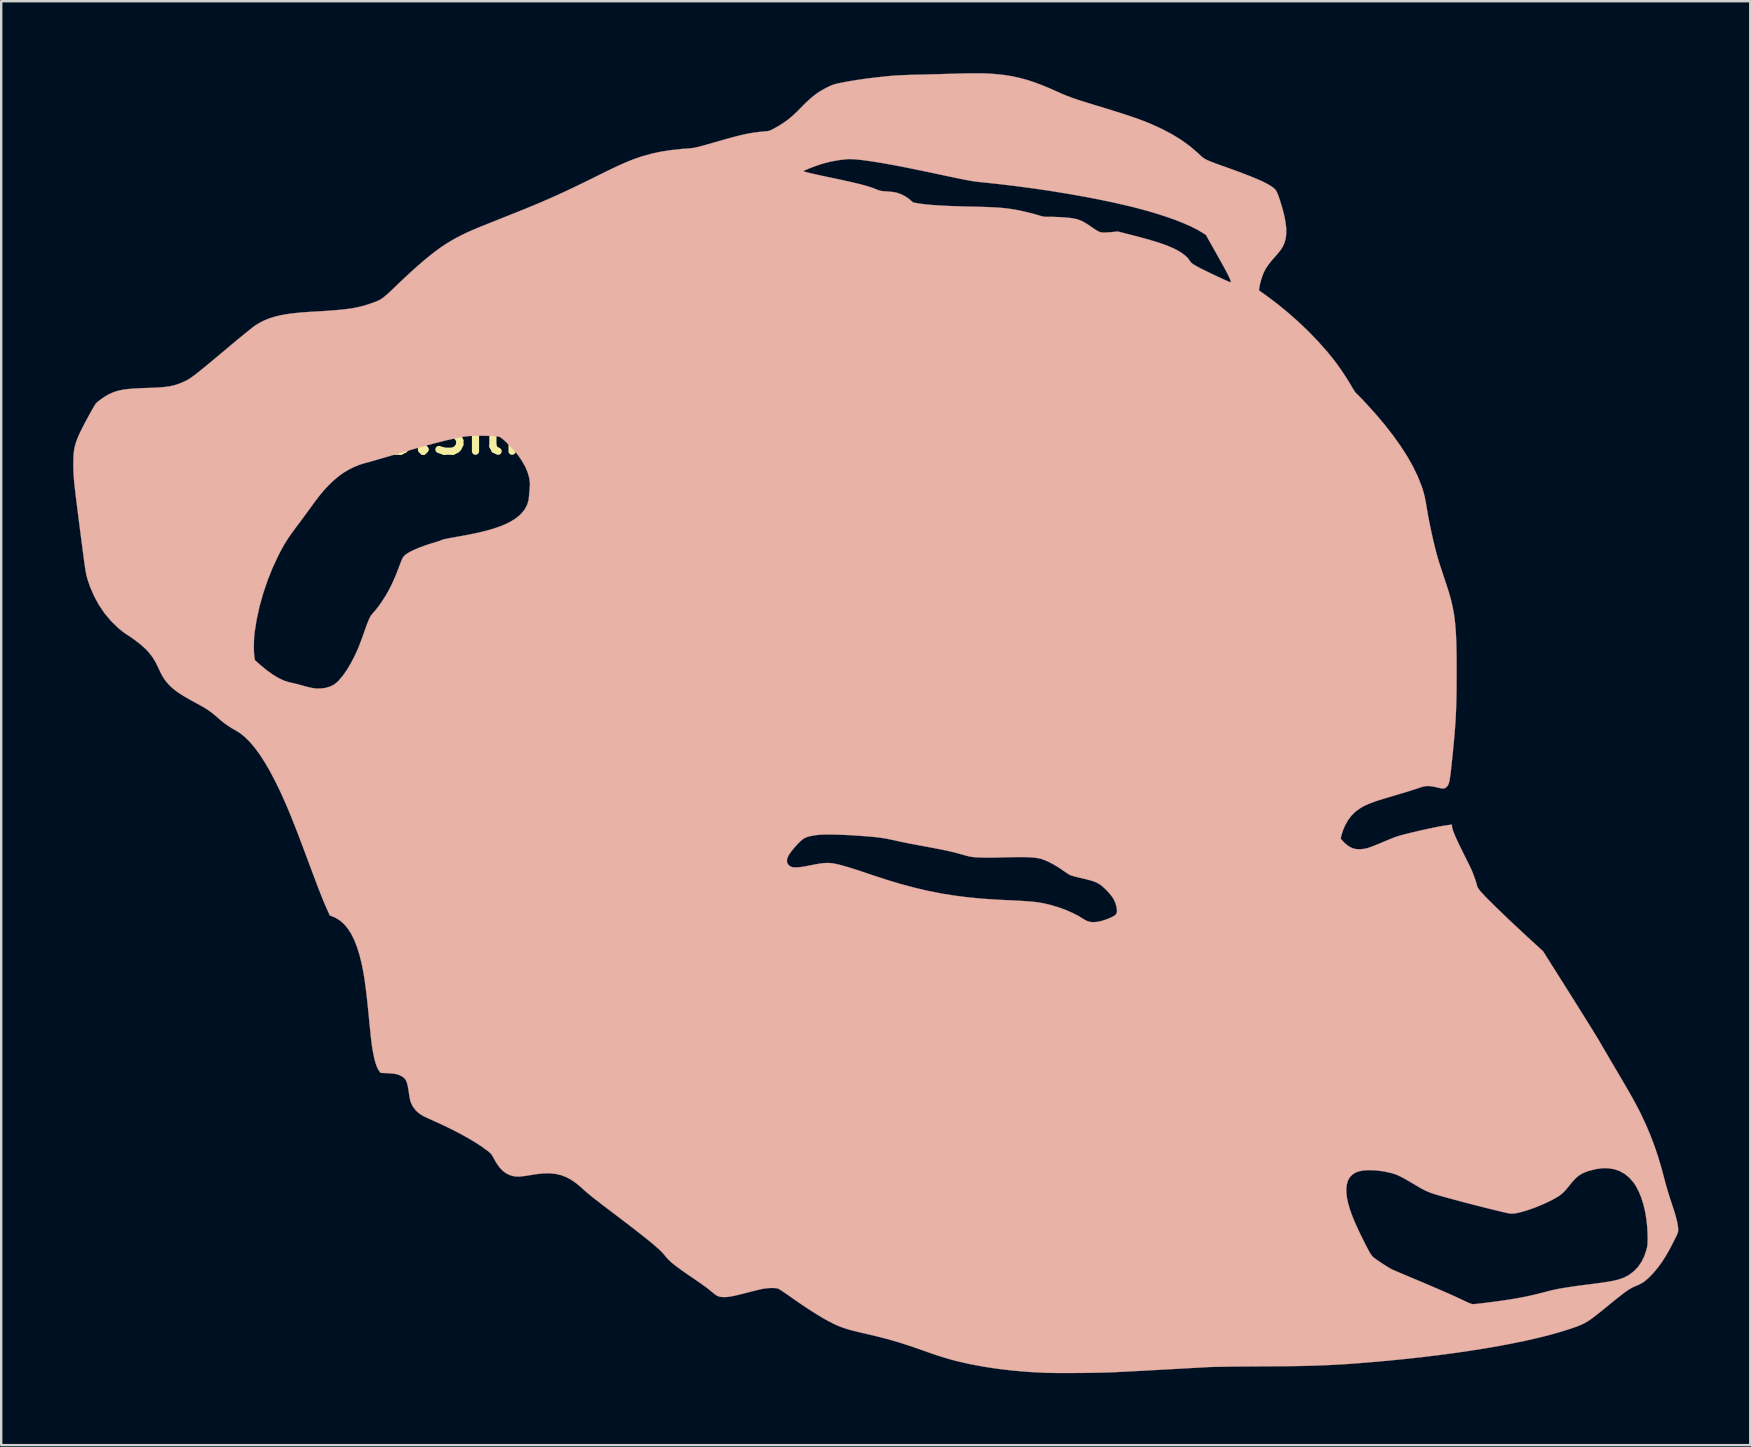
<source format=kicad_pcb>
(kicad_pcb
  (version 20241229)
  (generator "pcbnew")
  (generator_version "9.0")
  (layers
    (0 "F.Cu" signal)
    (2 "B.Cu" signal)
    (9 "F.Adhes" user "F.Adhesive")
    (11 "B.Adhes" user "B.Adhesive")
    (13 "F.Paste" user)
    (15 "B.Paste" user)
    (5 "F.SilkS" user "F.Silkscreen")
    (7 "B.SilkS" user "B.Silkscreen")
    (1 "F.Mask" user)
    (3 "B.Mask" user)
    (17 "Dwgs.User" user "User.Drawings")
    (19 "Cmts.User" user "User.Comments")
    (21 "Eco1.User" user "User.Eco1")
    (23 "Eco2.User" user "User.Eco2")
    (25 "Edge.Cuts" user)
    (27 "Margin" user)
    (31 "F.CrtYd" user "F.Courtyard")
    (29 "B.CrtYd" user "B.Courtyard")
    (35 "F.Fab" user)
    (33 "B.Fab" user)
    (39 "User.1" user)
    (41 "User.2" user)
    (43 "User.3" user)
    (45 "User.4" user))
  (footprint "B.SilkS_layer1"
    (layer "F.Cu")
    (at 20.758 15.066)
    (property "Reference" "B.SilkS_layer1" (at 0 0 0) (layer "F.SilkS") (effects (font (size 1.524 1.524) (thickness 0.3))))
    (attr through_hole)
    (fp_poly (pts (xy 17.368 -15.05) (xy 17.718 -15.026) (xy 18.049 -14.989) (xy 18.367 -14.938) (xy 18.677 -14.871) (xy 18.985 -14.788) (xy 19.297 -14.687) (xy 19.618 -14.567) (xy 19.954 -14.428) (xy 20.256 -14.292) (xy 20.39 -14.233) (xy 20.519 -14.177) (xy 20.651 -14.124) (xy 20.79 -14.071) (xy 20.94 -14.017) (xy 21.109 -13.96) (xy 21.3 -13.898) (xy 21.518 -13.829) (xy 21.77 -13.752) (xy 21.918 -13.707) (xy 22.258 -13.603) (xy 22.561 -13.51) (xy 22.831 -13.425) (xy 23.072 -13.347) (xy 23.289 -13.275) (xy 23.485 -13.208) (xy 23.664 -13.144) (xy 23.831 -13.081) (xy 23.989 -13.019) (xy 24.143 -12.956) (xy 24.179 -12.941) (xy 24.634 -12.733) (xy 25.051 -12.512) (xy 25.432 -12.276) (xy 25.78 -12.024) (xy 26.096 -11.754) (xy 26.145 -11.707) (xy 26.209 -11.647) (xy 26.265 -11.596) (xy 26.318 -11.553) (xy 26.374 -11.513) (xy 26.437 -11.477) (xy 26.511 -11.44) (xy 26.602 -11.4) (xy 26.714 -11.356) (xy 26.852 -11.304) (xy 27.021 -11.243) (xy 27.21 -11.176) (xy 27.539 -11.057) (xy 27.831 -10.95) (xy 28.088 -10.853) (xy 28.314 -10.765) (xy 28.511 -10.684) (xy 28.682 -10.611) (xy 28.831 -10.542) (xy 28.96 -10.477) (xy 29.071 -10.415) (xy 29.169 -10.354) (xy 29.224 -10.316) (xy 29.283 -10.272) (xy 29.331 -10.226) (xy 29.372 -10.172) (xy 29.41 -10.104) (xy 29.449 -10.015) (xy 29.491 -9.898) (xy 29.541 -9.748) (xy 29.545 -9.735) (xy 29.645 -9.404) (xy 29.72 -9.106) (xy 29.77 -8.836) (xy 29.796 -8.593) (xy 29.797 -8.374) (xy 29.773 -8.177) (xy 29.724 -7.998) (xy 29.652 -7.836) (xy 29.602 -7.754) (xy 29.555 -7.688) (xy 29.489 -7.604) (xy 29.415 -7.516) (xy 29.374 -7.469) (xy 29.239 -7.316) (xy 29.131 -7.185) (xy 29.044 -7.071) (xy 28.973 -6.968) (xy 28.914 -6.868) (xy 28.881 -6.805) (xy 28.815 -6.652) (xy 28.755 -6.475) (xy 28.707 -6.292) (xy 28.675 -6.122) (xy 28.674 -6.113) (xy 28.661 -6.013) (xy 28.951 -5.806) (xy 29.41 -5.463) (xy 29.863 -5.093) (xy 30.305 -4.702) (xy 30.729 -4.297) (xy 31.129 -3.882) (xy 31.499 -3.465) (xy 31.762 -3.141) (xy 31.908 -2.948) (xy 32.062 -2.732) (xy 32.215 -2.505) (xy 32.359 -2.282) (xy 32.485 -2.074) (xy 32.513 -2.025) (xy 32.571 -1.926) (xy 32.626 -1.839) (xy 32.672 -1.771) (xy 32.705 -1.73) (xy 32.713 -1.723) (xy 32.74 -1.7) (xy 32.791 -1.65) (xy 32.861 -1.578) (xy 32.947 -1.49) (xy 33.043 -1.389) (xy 33.11 -1.318) (xy 33.529 -0.854) (xy 33.913 -0.399) (xy 34.259 0.047) (xy 34.568 0.482) (xy 34.84 0.905) (xy 35.073 1.317) (xy 35.268 1.717) (xy 35.423 2.103) (xy 35.474 2.253) (xy 35.508 2.364) (xy 35.537 2.469) (xy 35.564 2.579) (xy 35.59 2.7) (xy 35.617 2.844) (xy 35.647 3.018) (xy 35.655 3.069) (xy 35.71 3.384) (xy 35.773 3.709) (xy 35.841 4.036) (xy 35.912 4.356) (xy 35.985 4.661) (xy 36.057 4.943) (xy 36.128 5.193) (xy 36.144 5.249) (xy 36.17 5.331) (xy 36.207 5.446) (xy 36.253 5.586) (xy 36.305 5.744) (xy 36.361 5.913) (xy 36.418 6.086) (xy 36.439 6.149) (xy 36.515 6.381) (xy 36.583 6.599) (xy 36.642 6.807) (xy 36.694 7.009) (xy 36.738 7.209) (xy 36.776 7.412) (xy 36.808 7.621) (xy 36.833 7.841) (xy 36.854 8.076) (xy 36.87 8.329) (xy 36.882 8.605) (xy 36.89 8.908) (xy 36.895 9.242) (xy 36.897 9.611) (xy 36.897 9.907) (xy 36.896 10.276) (xy 36.894 10.61) (xy 36.89 10.916) (xy 36.883 11.201) (xy 36.874 11.471) (xy 36.862 11.734) (xy 36.847 11.997) (xy 36.828 12.266) (xy 36.805 12.549) (xy 36.778 12.851) (xy 36.746 13.181) (xy 36.709 13.545) (xy 36.702 13.61) (xy 36.678 13.838) (xy 36.657 14.027) (xy 36.638 14.182) (xy 36.62 14.308) (xy 36.603 14.408) (xy 36.585 14.486) (xy 36.566 14.547) (xy 36.545 14.594) (xy 36.521 14.633) (xy 36.494 14.666) (xy 36.493 14.667) (xy 36.447 14.709) (xy 36.399 14.735) (xy 36.341 14.745) (xy 36.264 14.739) (xy 36.161 14.718) (xy 36.082 14.699) (xy 35.891 14.658) (xy 35.728 14.641) (xy 35.583 14.648) (xy 35.451 14.678) (xy 35.422 14.688) (xy 35.298 14.732) (xy 35.141 14.784) (xy 34.95 14.844) (xy 34.724 14.913) (xy 34.46 14.992) (xy 34.158 15.082) (xy 34.11 15.096) (xy 33.85 15.173) (xy 33.627 15.243) (xy 33.435 15.309) (xy 33.27 15.371) (xy 33.128 15.432) (xy 33.003 15.494) (xy 32.891 15.56) (xy 32.787 15.631) (xy 32.686 15.709) (xy 32.664 15.727) (xy 32.51 15.88) (xy 32.37 16.066) (xy 32.251 16.276) (xy 32.156 16.502) (xy 32.109 16.654) (xy 32.064 16.83) (xy 32.144 16.927) (xy 32.238 17.025) (xy 32.352 17.117) (xy 32.472 17.193) (xy 32.581 17.242) (xy 32.716 17.271) (xy 32.874 17.277) (xy 33.041 17.261) (xy 33.171 17.233) (xy 33.241 17.211) (xy 33.34 17.175) (xy 33.46 17.129) (xy 33.593 17.076) (xy 33.73 17.02) (xy 33.757 17.008) (xy 33.892 16.951) (xy 34.024 16.896) (xy 34.144 16.847) (xy 34.244 16.806) (xy 34.315 16.778) (xy 34.326 16.774) (xy 34.423 16.741) (xy 34.555 16.702) (xy 34.717 16.659) (xy 34.902 16.612) (xy 35.103 16.563) (xy 35.316 16.513) (xy 35.533 16.464) (xy 35.748 16.417) (xy 35.955 16.374) (xy 36.149 16.336) (xy 36.322 16.304) (xy 36.468 16.28) (xy 36.571 16.266) (xy 36.703 16.252) (xy 36.703 16.309) (xy 36.714 16.388) (xy 36.748 16.502) (xy 36.805 16.651) (xy 36.884 16.835) (xy 36.986 17.054) (xy 37.111 17.309) (xy 37.137 17.36) (xy 37.216 17.518) (xy 37.294 17.673) (xy 37.365 17.819) (xy 37.429 17.949) (xy 37.48 18.056) (xy 37.517 18.135) (xy 37.526 18.155) (xy 37.571 18.264) (xy 37.619 18.39) (xy 37.665 18.52) (xy 37.705 18.643) (xy 37.736 18.747) (xy 37.75 18.809) (xy 37.77 18.856) (xy 37.81 18.922) (xy 37.863 18.995) (xy 37.878 19.014) (xy 37.949 19.095) (xy 38.049 19.202) (xy 38.175 19.332) (xy 38.326 19.483) (xy 38.498 19.653) (xy 38.689 19.839) (xy 38.897 20.039) (xy 39.12 20.251) (xy 39.354 20.472) (xy 39.597 20.699) (xy 39.848 20.931) (xy 40.079 21.143) (xy 40.502 21.531) (xy 41.579 23.238) (xy 41.738 23.491) (xy 41.896 23.742) (xy 42.048 23.985) (xy 42.194 24.219) (xy 42.332 24.44) (xy 42.459 24.645) (xy 42.573 24.83) (xy 42.673 24.992) (xy 42.756 25.129) (xy 42.821 25.236) (xy 42.865 25.311) (xy 42.868 25.315) (xy 42.926 25.416) (xy 43.002 25.547) (xy 43.093 25.702) (xy 43.194 25.874) (xy 43.301 26.057) (xy 43.412 26.245) (xy 43.522 26.432) (xy 43.556 26.489) (xy 43.721 26.769) (xy 43.866 27.016) (xy 43.994 27.236) (xy 44.106 27.431) (xy 44.205 27.607) (xy 44.293 27.766) (xy 44.373 27.914) (xy 44.447 28.053) (xy 44.516 28.189) (xy 44.584 28.324) (xy 44.587 28.332) (xy 44.787 28.756) (xy 44.967 29.182) (xy 45.133 29.616) (xy 45.286 30.068) (xy 45.429 30.546) (xy 45.561 31.041) (xy 45.604 31.203) (xy 45.658 31.391) (xy 45.716 31.588) (xy 45.776 31.78) (xy 45.832 31.952) (xy 45.836 31.962) (xy 45.924 32.23) (xy 45.997 32.462) (xy 46.052 32.66) (xy 46.093 32.827) (xy 46.118 32.965) (xy 46.129 33.076) (xy 46.13 33.094) (xy 46.13 33.145) (xy 46.128 33.189) (xy 46.12 33.231) (xy 46.105 33.28) (xy 46.08 33.342) (xy 46.042 33.423) (xy 45.99 33.529) (xy 45.938 33.634) (xy 45.769 33.958) (xy 45.604 34.245) (xy 45.437 34.502) (xy 45.267 34.733) (xy 45.089 34.944) (xy 45.023 35.015) (xy 44.885 35.153) (xy 44.76 35.261) (xy 44.637 35.347) (xy 44.508 35.416) (xy 44.399 35.464) (xy 44.321 35.495) (xy 44.247 35.53) (xy 44.172 35.569) (xy 44.093 35.616) (xy 44.006 35.673) (xy 43.907 35.743) (xy 43.794 35.828) (xy 43.661 35.932) (xy 43.506 36.055) (xy 43.325 36.202) (xy 43.191 36.312) (xy 42.994 36.472) (xy 42.826 36.608) (xy 42.68 36.722) (xy 42.553 36.818) (xy 42.439 36.899) (xy 42.334 36.966) (xy 42.233 37.024) (xy 42.131 37.075) (xy 42.023 37.122) (xy 41.906 37.168) (xy 41.773 37.215) (xy 41.62 37.267) (xy 41.603 37.272) (xy 41.209 37.396) (xy 40.775 37.518) (xy 40.303 37.637) (xy 39.796 37.753) (xy 39.254 37.865) (xy 38.682 37.974) (xy 38.079 38.079) (xy 37.45 38.178) (xy 36.796 38.273) (xy 36.119 38.363) (xy 35.421 38.447) (xy 34.704 38.525) (xy 33.972 38.597) (xy 33.74 38.618) (xy 33.366 38.65) (xy 33.017 38.679) (xy 32.687 38.705) (xy 32.372 38.728) (xy 32.066 38.747) (xy 31.765 38.764) (xy 31.463 38.779) (xy 31.157 38.791) (xy 30.84 38.801) (xy 30.508 38.81) (xy 30.157 38.816) (xy 29.781 38.821) (xy 29.376 38.825) (xy 28.937 38.828) (xy 28.639 38.829) (xy 28.362 38.831) (xy 28.089 38.833) (xy 27.823 38.835) (xy 27.568 38.838) (xy 27.329 38.841) (xy 27.111 38.844) (xy 26.917 38.848) (xy 26.752 38.852) (xy 26.62 38.855) (xy 26.526 38.859) (xy 26.522 38.86) (xy 26.404 38.866) (xy 26.252 38.875) (xy 26.072 38.885) (xy 25.872 38.896) (xy 25.658 38.908) (xy 25.439 38.92) (xy 25.22 38.932) (xy 25.146 38.936) (xy 24.767 38.957) (xy 24.427 38.976) (xy 24.122 38.993) (xy 23.849 39.008) (xy 23.605 39.021) (xy 23.386 39.033) (xy 23.189 39.043) (xy 23.009 39.052) (xy 22.845 39.06) (xy 22.691 39.068) (xy 22.564 39.074) (xy 22.381 39.081) (xy 22.168 39.087) (xy 21.931 39.092) (xy 21.676 39.097) (xy 21.41 39.101) (xy 21.139 39.103) (xy 20.869 39.105) (xy 20.606 39.105) (xy 20.358 39.105) (xy 20.129 39.103) (xy 19.928 39.1) (xy 19.76 39.096) (xy 19.696 39.094) (xy 19.037 39.057) (xy 18.394 39.002) (xy 17.773 38.929) (xy 17.177 38.839) (xy 16.61 38.733) (xy 16.077 38.611) (xy 15.863 38.555) (xy 15.714 38.513) (xy 15.571 38.471) (xy 15.427 38.427) (xy 15.274 38.377) (xy 15.104 38.321) (xy 14.912 38.254) (xy 14.689 38.176) (xy 14.637 38.157) (xy 14.297 38.039) (xy 13.985 37.934) (xy 13.691 37.84) (xy 13.403 37.755) (xy 13.113 37.674) (xy 12.808 37.595) (xy 12.48 37.516) (xy 12.219 37.455) (xy 11.977 37.399) (xy 11.77 37.348) (xy 11.591 37.3) (xy 11.435 37.253) (xy 11.295 37.206) (xy 11.164 37.156) (xy 11.037 37.101) (xy 10.905 37.039) (xy 10.89 37.031) (xy 10.685 36.925) (xy 10.463 36.8) (xy 10.221 36.654) (xy 9.958 36.487) (xy 9.669 36.297) (xy 9.354 36.081) (xy 9.056 35.872) (xy 8.942 35.793) (xy 8.835 35.72) (xy 8.742 35.659) (xy 8.669 35.614) (xy 8.622 35.587) (xy 8.614 35.584) (xy 8.539 35.569) (xy 8.433 35.561) (xy 8.308 35.562) (xy 8.173 35.57) (xy 8.041 35.586) (xy 7.956 35.601) (xy 7.873 35.619) (xy 7.76 35.646) (xy 7.626 35.679) (xy 7.48 35.715) (xy 7.334 35.753) (xy 7.313 35.758) (xy 7.098 35.814) (xy 6.919 35.858) (xy 6.769 35.891) (xy 6.643 35.915) (xy 6.537 35.931) (xy 6.444 35.939) (xy 6.374 35.941) (xy 6.239 35.934) (xy 6.133 35.91) (xy 6.043 35.866) (xy 5.992 35.829) (xy 5.939 35.786) (xy 5.865 35.726) (xy 5.782 35.658) (xy 5.732 35.618) (xy 5.67 35.569) (xy 5.578 35.502) (xy 5.464 35.419) (xy 5.332 35.327) (xy 5.19 35.228) (xy 5.043 35.127) (xy 4.994 35.094) (xy 4.765 34.938) (xy 4.57 34.8) (xy 4.405 34.679) (xy 4.266 34.571) (xy 4.15 34.473) (xy 4.054 34.383) (xy 3.974 34.298) (xy 3.916 34.227) (xy 3.863 34.162) (xy 3.799 34.091) (xy 3.722 34.013) (xy 3.631 33.927) (xy 3.523 33.831) (xy 3.397 33.723) (xy 3.25 33.601) (xy 3.08 33.464) (xy 2.886 33.311) (xy 2.665 33.139) (xy 2.415 32.946) (xy 2.135 32.732) (xy 1.873 32.533) (xy 1.644 32.359) (xy 1.445 32.208) (xy 1.273 32.077) (xy 1.126 31.963) (xy 1 31.865) (xy 0.891 31.78) (xy 0.797 31.704) (xy 0.715 31.636) (xy 0.64 31.574) (xy 0.571 31.513) (xy 0.535 31.481) (xy 32.3 31.481) (xy 32.308 31.65) (xy 32.333 31.831) (xy 32.375 32.027) (xy 32.435 32.239) (xy 32.515 32.471) (xy 32.615 32.725) (xy 32.737 33.004) (xy 32.881 33.311) (xy 33.048 33.649) (xy 33.126 33.801) (xy 33.199 33.941) (xy 33.258 34.049) (xy 33.307 34.131) (xy 33.349 34.193) (xy 33.388 34.241) (xy 33.428 34.281) (xy 33.431 34.284) (xy 33.481 34.323) (xy 33.559 34.38) (xy 33.658 34.448) (xy 33.77 34.523) (xy 33.888 34.599) (xy 34.002 34.672) (xy 34.107 34.735) (xy 34.169 34.772) (xy 34.198 34.785) (xy 34.261 34.813) (xy 34.356 34.854) (xy 34.477 34.906) (xy 34.62 34.967) (xy 34.782 35.035) (xy 34.958 35.109) (xy 35.101 35.169) (xy 35.481 35.329) (xy 35.834 35.479) (xy 36.158 35.619) (xy 36.451 35.746) (xy 36.711 35.862) (xy 36.936 35.964) (xy 37.125 36.052) (xy 37.243 36.109) (xy 37.376 36.171) (xy 37.482 36.213) (xy 37.557 36.234) (xy 37.576 36.236) (xy 37.619 36.234) (xy 37.697 36.227) (xy 37.803 36.216) (xy 37.93 36.201) (xy 38.071 36.185) (xy 38.155 36.174) (xy 38.497 36.13) (xy 38.803 36.088) (xy 39.081 36.046) (xy 39.337 36.005) (xy 39.578 35.961) (xy 39.811 35.915) (xy 40.043 35.864) (xy 40.281 35.807) (xy 40.531 35.744) (xy 40.735 35.69) (xy 40.873 35.656) (xy 41.021 35.623) (xy 41.186 35.59) (xy 41.372 35.558) (xy 41.582 35.525) (xy 41.822 35.49) (xy 42.096 35.453) (xy 42.333 35.422) (xy 42.574 35.392) (xy 42.779 35.365) (xy 42.951 35.341) (xy 43.097 35.32) (xy 43.221 35.3) (xy 43.33 35.281) (xy 43.427 35.262) (xy 43.518 35.242) (xy 43.609 35.22) (xy 43.614 35.219) (xy 43.86 35.136) (xy 44.083 35.019) (xy 44.283 34.867) (xy 44.458 34.684) (xy 44.605 34.47) (xy 44.724 34.228) (xy 44.812 33.962) (xy 44.832 33.882) (xy 44.845 33.81) (xy 44.854 33.734) (xy 44.858 33.644) (xy 44.86 33.529) (xy 44.86 33.422) (xy 44.846 33.067) (xy 44.811 32.722) (xy 44.756 32.39) (xy 44.682 32.077) (xy 44.591 31.788) (xy 44.482 31.525) (xy 44.359 31.296) (xy 44.263 31.155) (xy 44.093 30.963) (xy 43.904 30.808) (xy 43.697 30.691) (xy 43.473 30.613) (xy 43.231 30.572) (xy 42.972 30.57) (xy 42.697 30.607) (xy 42.407 30.682) (xy 42.378 30.691) (xy 42.227 30.746) (xy 42.097 30.809) (xy 41.98 30.886) (xy 41.866 30.983) (xy 41.75 31.105) (xy 41.622 31.258) (xy 41.514 31.392) (xy 41.422 31.498) (xy 41.341 31.583) (xy 41.264 31.652) (xy 41.183 31.713) (xy 41.091 31.771) (xy 41.069 31.785) (xy 40.876 31.892) (xy 40.663 31.997) (xy 40.438 32.098) (xy 40.208 32.192) (xy 39.979 32.276) (xy 39.76 32.348) (xy 39.557 32.405) (xy 39.377 32.445) (xy 39.264 32.46) (xy 39.228 32.463) (xy 39.191 32.463) (xy 39.148 32.46) (xy 39.095 32.453) (xy 39.027 32.441) (xy 38.942 32.423) (xy 38.834 32.398) (xy 38.699 32.366) (xy 38.534 32.326) (xy 38.334 32.276) (xy 38.225 32.249) (xy 37.939 32.178) (xy 37.655 32.105) (xy 37.376 32.033) (xy 37.107 31.963) (xy 36.853 31.895) (xy 36.617 31.831) (xy 36.403 31.773) (xy 36.216 31.72) (xy 36.06 31.674) (xy 35.939 31.637) (xy 35.899 31.624) (xy 35.795 31.587) (xy 35.693 31.546) (xy 35.588 31.498) (xy 35.473 31.439) (xy 35.342 31.366) (xy 35.187 31.276) (xy 35.034 31.184) (xy 34.85 31.075) (xy 34.695 30.988) (xy 34.561 30.918) (xy 34.441 30.862) (xy 34.328 30.819) (xy 34.216 30.783) (xy 34.149 30.765) (xy 33.901 30.71) (xy 33.656 30.673) (xy 33.421 30.653) (xy 33.202 30.651) (xy 33.003 30.666) (xy 32.831 30.699) (xy 32.691 30.75) (xy 32.683 30.754) (xy 32.545 30.844) (xy 32.438 30.957) (xy 32.363 31.096) (xy 32.317 31.262) (xy 32.3 31.458) (xy 32.3 31.481) (xy 0.535 31.481) (xy 0.504 31.453) (xy 0.445 31.399) (xy 0.225 31.211) (xy 0.01 31.059) (xy -0.206 30.942) (xy -0.428 30.858) (xy -0.66 30.805) (xy -0.909 30.782) (xy -1.18 30.787) (xy -1.478 30.82) (xy -1.592 30.838) (xy -1.78 30.869) (xy -1.933 30.893) (xy -2.056 30.908) (xy -2.157 30.917) (xy -2.241 30.918) (xy -2.315 30.914) (xy -2.384 30.905) (xy -2.392 30.904) (xy -2.565 30.856) (xy -2.723 30.777) (xy -2.868 30.666) (xy -3.003 30.519) (xy -3.131 30.334) (xy -3.227 30.162) (xy -3.278 30.067) (xy -3.324 29.998) (xy -3.375 29.94) (xy -3.443 29.881) (xy -3.477 29.854) (xy -3.701 29.689) (xy -3.963 29.517) (xy -4.259 29.339) (xy -4.585 29.156) (xy -4.939 28.972) (xy -5.317 28.787) (xy -5.689 28.616) (xy -5.813 28.56) (xy -5.936 28.504) (xy -6.047 28.452) (xy -6.137 28.41) (xy -6.174 28.392) (xy -6.342 28.287) (xy -6.488 28.152) (xy -6.605 27.994) (xy -6.688 27.82) (xy -6.709 27.754) (xy -6.721 27.699) (xy -6.737 27.613) (xy -6.755 27.507) (xy -6.772 27.394) (xy -6.773 27.384) (xy -6.801 27.211) (xy -6.831 27.075) (xy -6.864 26.968) (xy -6.905 26.886) (xy -6.955 26.821) (xy -7.018 26.769) (xy -7.061 26.742) (xy -7.148 26.696) (xy -7.238 26.663) (xy -7.34 26.639) (xy -7.464 26.622) (xy -7.62 26.611) (xy -7.651 26.61) (xy -7.946 26.596) (xy -8.015 26.505) (xy -8.073 26.408) (xy -8.128 26.272) (xy -8.182 26.099) (xy -8.231 25.893) (xy -8.276 25.658) (xy -8.317 25.395) (xy -8.328 25.305) (xy -8.338 25.219) (xy -8.352 25.098) (xy -8.367 24.951) (xy -8.384 24.785) (xy -8.402 24.608) (xy -8.419 24.428) (xy -8.425 24.373) (xy -8.465 23.964) (xy -8.503 23.595) (xy -8.541 23.266) (xy -8.577 22.976) (xy -8.612 22.723) (xy -8.646 22.507) (xy -8.648 22.49) (xy -8.729 22.073) (xy -8.821 21.697) (xy -8.925 21.361) (xy -9.042 21.063) (xy -9.17 20.803) (xy -9.312 20.582) (xy -9.467 20.397) (xy -9.636 20.249) (xy -9.819 20.136) (xy -9.914 20.093) (xy -10.06 20.036) (xy -10.144 19.855) (xy -10.19 19.754) (xy -10.236 19.648) (xy -10.285 19.536) (xy -10.336 19.414) (xy -10.391 19.278) (xy -10.451 19.126) (xy -10.518 18.955) (xy -10.593 18.76) (xy -10.676 18.54) (xy -10.77 18.292) (xy -10.875 18.011) (xy -10.984 17.72) (xy 8.989 17.72) (xy 8.992 17.811) (xy 9.011 17.864) (xy 9.054 17.93) (xy 9.109 17.979) (xy 9.181 18.013) (xy 9.273 18.031) (xy 9.389 18.035) (xy 9.533 18.023) (xy 9.709 17.998) (xy 9.92 17.958) (xy 9.97 17.948) (xy 10.181 17.906) (xy 10.358 17.876) (xy 10.511 17.857) (xy 10.645 17.849) (xy 10.768 17.851) (xy 10.888 17.864) (xy 11.012 17.886) (xy 11.056 17.896) (xy 11.166 17.921) (xy 11.279 17.95) (xy 11.4 17.984) (xy 11.533 18.023) (xy 11.683 18.069) (xy 11.855 18.123) (xy 12.052 18.188) (xy 12.28 18.264) (xy 12.543 18.353) (xy 12.555 18.357) (xy 13.167 18.557) (xy 13.753 18.733) (xy 14.321 18.884) (xy 14.878 19.014) (xy 15.432 19.123) (xy 15.99 19.212) (xy 16.559 19.284) (xy 17.148 19.339) (xy 17.762 19.38) (xy 17.939 19.389) (xy 18.233 19.402) (xy 18.49 19.415) (xy 18.713 19.427) (xy 18.906 19.439) (xy 19.075 19.451) (xy 19.222 19.464) (xy 19.352 19.478) (xy 19.47 19.493) (xy 19.579 19.511) (xy 19.685 19.531) (xy 19.79 19.555) (xy 19.901 19.581) (xy 20.02 19.612) (xy 20.023 19.613) (xy 20.315 19.7) (xy 20.605 19.806) (xy 20.883 19.928) (xy 21.14 20.059) (xy 21.359 20.194) (xy 21.482 20.263) (xy 21.61 20.304) (xy 21.751 20.317) (xy 21.914 20.304) (xy 21.997 20.29) (xy 22.142 20.254) (xy 22.304 20.2) (xy 22.464 20.136) (xy 22.595 20.071) (xy 22.673 20.018) (xy 22.721 19.956) (xy 22.742 19.878) (xy 22.739 19.775) (xy 22.724 19.689) (xy 22.684 19.535) (xy 22.626 19.396) (xy 22.544 19.261) (xy 22.435 19.123) (xy 22.321 19) (xy 22.221 18.901) (xy 22.131 18.82) (xy 22.045 18.753) (xy 21.956 18.697) (xy 21.857 18.649) (xy 21.743 18.606) (xy 21.607 18.566) (xy 21.441 18.523) (xy 21.251 18.478) (xy 21.123 18.448) (xy 21.004 18.418) (xy 20.902 18.39) (xy 20.827 18.367) (xy 20.786 18.351) (xy 20.742 18.326) (xy 20.672 18.281) (xy 20.585 18.223) (xy 20.488 18.156) (xy 20.454 18.132) (xy 20.272 18.012) (xy 20.086 17.902) (xy 19.905 17.807) (xy 19.736 17.732) (xy 19.589 17.68) (xy 19.56 17.672) (xy 19.446 17.648) (xy 19.313 17.628) (xy 19.158 17.614) (xy 18.978 17.606) (xy 18.768 17.602) (xy 18.525 17.603) (xy 18.245 17.608) (xy 18.076 17.613) (xy 17.733 17.622) (xy 17.431 17.626) (xy 17.171 17.624) (xy 16.953 17.617) (xy 16.777 17.605) (xy 16.642 17.587) (xy 16.641 17.587) (xy 16.574 17.573) (xy 16.479 17.549) (xy 16.368 17.519) (xy 16.253 17.487) (xy 16.242 17.484) (xy 16.114 17.447) (xy 15.981 17.412) (xy 15.84 17.378) (xy 15.685 17.343) (xy 15.512 17.306) (xy 15.314 17.266) (xy 15.088 17.223) (xy 14.827 17.174) (xy 14.668 17.145) (xy 14.48 17.11) (xy 14.287 17.074) (xy 14.097 17.037) (xy 13.92 17.002) (xy 13.764 16.97) (xy 13.638 16.943) (xy 13.6 16.934) (xy 13.417 16.893) (xy 13.251 16.859) (xy 13.094 16.829) (xy 12.94 16.805) (xy 12.78 16.783) (xy 12.608 16.764) (xy 12.415 16.746) (xy 12.194 16.728) (xy 11.959 16.712) (xy 11.642 16.691) (xy 11.343 16.677) (xy 11.067 16.667) (xy 10.817 16.662) (xy 10.597 16.663) (xy 10.41 16.669) (xy 10.26 16.681) (xy 10.207 16.688) (xy 10.047 16.713) (xy 9.917 16.741) (xy 9.809 16.774) (xy 9.714 16.818) (xy 9.625 16.878) (xy 9.534 16.957) (xy 9.433 17.06) (xy 9.313 17.192) (xy 9.312 17.194) (xy 9.179 17.353) (xy 9.081 17.493) (xy 9.018 17.614) (xy 8.989 17.72) (xy -10.984 17.72) (xy -10.993 17.695) (xy -11.056 17.526) (xy -11.21 17.114) (xy -11.353 16.738) (xy -11.485 16.395) (xy -11.609 16.081) (xy -11.726 15.792) (xy -11.838 15.525) (xy -11.946 15.275) (xy -12.051 15.04) (xy -12.156 14.814) (xy -12.262 14.595) (xy -12.362 14.395) (xy -12.571 13.999) (xy -12.78 13.642) (xy -12.987 13.323) (xy -13.193 13.044) (xy -13.396 12.804) (xy -13.596 12.605) (xy -13.792 12.446) (xy -13.926 12.361) (xy -14.114 12.252) (xy -14.274 12.152) (xy -14.415 12.055) (xy -14.546 11.954) (xy -14.679 11.841) (xy -14.697 11.826) (xy -14.825 11.714) (xy -14.94 11.619) (xy -15.05 11.535) (xy -15.164 11.457) (xy -15.288 11.379) (xy -15.432 11.296) (xy -15.604 11.201) (xy -15.656 11.173) (xy -15.884 11.049) (xy -16.078 10.937) (xy -16.244 10.837) (xy -16.386 10.743) (xy -16.509 10.653) (xy -16.618 10.563) (xy -16.719 10.469) (xy -16.787 10.399) (xy -16.876 10.298) (xy -16.955 10.194) (xy -17.028 10.079) (xy -17.101 9.943) (xy -17.18 9.778) (xy -17.2 9.733) (xy -17.32 9.489) (xy -17.448 9.278) (xy -17.589 9.092) (xy -17.721 8.948) (xy -17.795 8.88) (xy -13.228 8.88) (xy -13.225 9.034) (xy -13.217 9.166) (xy -13.206 9.265) (xy -13.182 9.401) (xy -12.961 9.595) (xy -12.693 9.817) (xy -12.438 10) (xy -12.197 10.144) (xy -11.967 10.251) (xy -11.749 10.319) (xy -11.703 10.329) (xy -11.595 10.353) (xy -11.466 10.384) (xy -11.333 10.419) (xy -11.248 10.443) (xy -11.137 10.474) (xy -11.029 10.503) (xy -10.937 10.526) (xy -10.88 10.539) (xy -10.807 10.553) (xy -10.745 10.565) (xy -10.721 10.57) (xy -10.639 10.579) (xy -10.532 10.58) (xy -10.414 10.575) (xy -10.303 10.563) (xy -10.239 10.552) (xy -10.051 10.498) (xy -9.89 10.417) (xy -9.747 10.304) (xy -9.689 10.246) (xy -9.511 10.032) (xy -9.337 9.781) (xy -9.169 9.497) (xy -9.008 9.183) (xy -8.858 8.844) (xy -8.721 8.485) (xy -8.701 8.428) (xy -8.622 8.199) (xy -8.553 8.009) (xy -8.495 7.853) (xy -8.445 7.73) (xy -8.403 7.636) (xy -8.368 7.569) (xy -8.353 7.546) (xy -8.319 7.501) (xy -8.265 7.436) (xy -8.203 7.365) (xy -8.185 7.345) (xy -8.126 7.275) (xy -8.053 7.18) (xy -7.974 7.073) (xy -7.898 6.964) (xy -7.884 6.943) (xy -7.752 6.736) (xy -7.632 6.53) (xy -7.52 6.317) (xy -7.413 6.089) (xy -7.305 5.838) (xy -7.195 5.557) (xy -7.163 5.472) (xy -7.114 5.341) (xy -7.075 5.243) (xy -7.043 5.172) (xy -7.015 5.12) (xy -6.987 5.079) (xy -6.955 5.045) (xy -6.932 5.023) (xy -6.835 4.949) (xy -6.699 4.87) (xy -6.528 4.788) (xy -6.327 4.704) (xy -6.098 4.62) (xy -5.846 4.536) (xy -5.68 4.487) (xy -5.586 4.458) (xy -5.506 4.432) (xy -5.45 4.412) (xy -5.428 4.401) (xy -5.401 4.388) (xy -5.349 4.372) (xy -5.269 4.352) (xy -5.159 4.329) (xy -5.014 4.301) (xy -4.833 4.268) (xy -4.636 4.233) (xy -4.224 4.157) (xy -3.852 4.079) (xy -3.518 3.996) (xy -3.22 3.909) (xy -2.954 3.817) (xy -2.719 3.719) (xy -2.513 3.614) (xy -2.333 3.501) (xy -2.177 3.38) (xy -2.085 3.293) (xy -1.95 3.128) (xy -1.849 2.945) (xy -1.784 2.75) (xy -1.758 2.549) (xy -1.757 2.525) (xy -1.754 2.447) (xy -1.745 2.348) (xy -1.733 2.253) (xy -1.721 2.036) (xy -1.75 1.808) (xy -1.817 1.57) (xy -1.923 1.324) (xy -2.067 1.072) (xy -2.203 0.874) (xy -2.294 0.759) (xy -2.407 0.63) (xy -2.531 0.495) (xy -2.659 0.365) (xy -2.779 0.25) (xy -2.884 0.16) (xy -2.885 0.159) (xy -2.935 0.121) (xy -2.978 0.096) (xy -3.025 0.08) (xy -3.09 0.07) (xy -3.184 0.062) (xy -3.192 0.061) (xy -3.321 0.053) (xy -3.474 0.048) (xy -3.641 0.045) (xy -3.813 0.044) (xy -3.979 0.046) (xy -4.131 0.05) (xy -4.258 0.057) (xy -4.34 0.064) (xy -4.51 0.089) (xy -4.706 0.124) (xy -4.93 0.17) (xy -5.183 0.228) (xy -5.466 0.298) (xy -5.782 0.38) (xy -6.132 0.475) (xy -6.517 0.583) (xy -6.938 0.704) (xy -7.387 0.836) (xy -7.583 0.894) (xy -7.774 0.95) (xy -7.955 1.002) (xy -8.119 1.05) (xy -8.262 1.091) (xy -8.378 1.124) (xy -8.462 1.147) (xy -8.492 1.155) (xy -8.703 1.213) (xy -8.889 1.277) (xy -9.069 1.353) (xy -9.231 1.433) (xy -9.453 1.56) (xy -9.668 1.71) (xy -9.882 1.888) (xy -10.067 2.063) (xy -10.17 2.168) (xy -10.268 2.273) (xy -10.366 2.386) (xy -10.469 2.51) (xy -10.58 2.652) (xy -10.703 2.815) (xy -10.843 3.006) (xy -10.922 3.114) (xy -11.026 3.258) (xy -11.144 3.419) (xy -11.265 3.584) (xy -11.381 3.739) (xy -11.473 3.863) (xy -11.624 4.067) (xy -11.754 4.25) (xy -11.867 4.422) (xy -11.972 4.594) (xy -12.074 4.777) (xy -12.18 4.979) (xy -12.221 5.059) (xy -12.452 5.557) (xy -12.66 6.079) (xy -12.841 6.615) (xy -12.992 7.157) (xy -13.111 7.696) (xy -13.195 8.225) (xy -13.199 8.25) (xy -13.212 8.389) (xy -13.222 8.547) (xy -13.227 8.714) (xy -13.228 8.88) (xy -17.795 8.88) (xy -17.864 8.816) (xy -18.033 8.675) (xy -18.218 8.535) (xy -18.406 8.404) (xy -18.508 8.339) (xy -18.592 8.283) (xy -18.694 8.207) (xy -18.801 8.122) (xy -18.9 8.038) (xy -19.194 7.75) (xy -19.457 7.433) (xy -19.69 7.088) (xy -19.892 6.715) (xy -20.061 6.318) (xy -20.161 6.023) (xy -20.179 5.959) (xy -20.196 5.895) (xy -20.212 5.824) (xy -20.228 5.743) (xy -20.245 5.648) (xy -20.263 5.534) (xy -20.283 5.396) (xy -20.306 5.231) (xy -20.332 5.034) (xy -20.363 4.801) (xy -20.375 4.71) (xy -20.428 4.3) (xy -20.476 3.93) (xy -20.519 3.596) (xy -20.557 3.297) (xy -20.591 3.03) (xy -20.621 2.792) (xy -20.647 2.582) (xy -20.669 2.396) (xy -20.688 2.231) (xy -20.704 2.087) (xy -20.717 1.959) (xy -20.727 1.846) (xy -20.735 1.744) (xy -20.742 1.653) (xy -20.746 1.568) (xy -20.749 1.488) (xy -20.751 1.409) (xy -20.752 1.33) (xy -20.753 1.249) (xy -20.753 1.217) (xy -20.751 1.041) (xy -20.745 0.882) (xy -20.732 0.735) (xy -20.711 0.594) (xy -20.681 0.456) (xy -20.64 0.315) (xy -20.586 0.167) (xy -20.518 0.006) (xy -20.434 -0.172) (xy -20.333 -0.371) (xy -20.213 -0.598) (xy -20.075 -0.85) (xy -20.007 -0.973) (xy -19.943 -1.085) (xy -19.886 -1.182) (xy -19.841 -1.256) (xy -19.811 -1.301) (xy -19.805 -1.309) (xy -19.741 -1.368) (xy -19.651 -1.44) (xy -19.545 -1.517) (xy -19.433 -1.59) (xy -19.327 -1.653) (xy -19.289 -1.674) (xy -19.169 -1.731) (xy -19.05 -1.78) (xy -18.926 -1.82) (xy -18.791 -1.853) (xy -18.642 -1.881) (xy -18.472 -1.902) (xy -18.277 -1.919) (xy -18.052 -1.933) (xy -17.792 -1.943) (xy -17.679 -1.947) (xy -17.421 -1.956) (xy -17.199 -1.967) (xy -17.008 -1.982) (xy -16.842 -2.001) (xy -16.694 -2.025) (xy -16.558 -2.056) (xy -16.43 -2.095) (xy -16.303 -2.141) (xy -16.17 -2.197) (xy -16.158 -2.202) (xy -16.104 -2.227) (xy -16.052 -2.253) (xy -16 -2.281) (xy -15.945 -2.313) (xy -15.885 -2.351) (xy -15.819 -2.396) (xy -15.743 -2.451) (xy -15.656 -2.517) (xy -15.556 -2.595) (xy -15.439 -2.688) (xy -15.305 -2.797) (xy -15.151 -2.924) (xy -14.975 -3.07) (xy -14.774 -3.238) (xy -14.546 -3.428) (xy -14.289 -3.643) (xy -14.129 -3.778) (xy -13.964 -3.916) (xy -13.803 -4.049) (xy -13.65 -4.174) (xy -13.51 -4.287) (xy -13.386 -4.387) (xy -13.282 -4.469) (xy -13.202 -4.529) (xy -13.151 -4.566) (xy -13.15 -4.566) (xy -12.973 -4.673) (xy -12.787 -4.765) (xy -12.588 -4.846) (xy -12.372 -4.915) (xy -12.134 -4.973) (xy -11.871 -5.021) (xy -11.579 -5.061) (xy -11.254 -5.093) (xy -10.891 -5.119) (xy -10.837 -5.122) (xy -10.498 -5.141) (xy -10.197 -5.16) (xy -9.931 -5.18) (xy -9.694 -5.2) (xy -9.484 -5.221) (xy -9.297 -5.244) (xy -9.127 -5.269) (xy -8.972 -5.297) (xy -8.827 -5.329) (xy -8.689 -5.364) (xy -8.553 -5.404) (xy -8.438 -5.441) (xy -8.303 -5.486) (xy -8.19 -5.527) (xy -8.092 -5.566) (xy -8.004 -5.608) (xy -7.922 -5.655) (xy -7.839 -5.713) (xy -7.751 -5.783) (xy -7.651 -5.87) (xy -7.535 -5.977) (xy -7.397 -6.108) (xy -7.308 -6.193) (xy -6.99 -6.496) (xy -6.696 -6.769) (xy -6.423 -7.015) (xy -6.168 -7.236) (xy -5.927 -7.436) (xy -5.697 -7.616) (xy -5.475 -7.779) (xy -5.256 -7.928) (xy -5.037 -8.064) (xy -4.816 -8.19) (xy -4.588 -8.309) (xy -4.35 -8.424) (xy -4.099 -8.535) (xy -3.895 -8.621) (xy -3.788 -8.665) (xy -3.649 -8.721) (xy -3.484 -8.787) (xy -3.3 -8.861) (xy -3.103 -8.94) (xy -2.9 -9.021) (xy -2.697 -9.101) (xy -2.625 -9.13) (xy -2.237 -9.285) (xy -1.88 -9.429) (xy -1.547 -9.567) (xy -1.231 -9.7) (xy -0.926 -9.832) (xy -0.625 -9.967) (xy -0.32 -10.106) (xy -0.007 -10.253) (xy 0.322 -10.411) (xy 0.674 -10.583) (xy 1.055 -10.771) (xy 1.132 -10.809) (xy 1.418 -10.951) (xy 1.487 -10.984) (xy 9.673 -10.984) (xy 9.694 -10.972) (xy 9.756 -10.952) (xy 9.859 -10.924) (xy 10.005 -10.889) (xy 10.191 -10.847) (xy 10.419 -10.797) (xy 10.689 -10.739) (xy 10.975 -10.679) (xy 11.303 -10.609) (xy 11.592 -10.545) (xy 11.846 -10.486) (xy 12.068 -10.431) (xy 12.26 -10.379) (xy 12.426 -10.329) (xy 12.57 -10.281) (xy 12.693 -10.234) (xy 12.721 -10.222) (xy 12.794 -10.192) (xy 12.86 -10.172) (xy 12.93 -10.157) (xy 13.017 -10.147) (xy 13.131 -10.139) (xy 13.155 -10.137) (xy 13.273 -10.128) (xy 13.388 -10.116) (xy 13.488 -10.101) (xy 13.557 -10.087) (xy 13.747 -10.021) (xy 13.926 -9.93) (xy 14.081 -9.822) (xy 14.116 -9.792) (xy 14.177 -9.737) (xy 14.227 -9.696) (xy 14.257 -9.674) (xy 14.261 -9.673) (xy 14.288 -9.669) (xy 14.346 -9.66) (xy 14.423 -9.647) (xy 14.446 -9.643) (xy 14.604 -9.618) (xy 14.786 -9.596) (xy 14.994 -9.577) (xy 15.232 -9.559) (xy 15.501 -9.544) (xy 15.804 -9.53) (xy 16.143 -9.519) (xy 16.521 -9.508) (xy 16.719 -9.504) (xy 17.032 -9.496) (xy 17.308 -9.488) (xy 17.552 -9.477) (xy 17.77 -9.465) (xy 17.968 -9.449) (xy 18.15 -9.43) (xy 18.322 -9.407) (xy 18.49 -9.38) (xy 18.659 -9.348) (xy 18.834 -9.31) (xy 18.965 -9.279) (xy 19.097 -9.247) (xy 19.236 -9.211) (xy 19.366 -9.175) (xy 19.473 -9.144) (xy 19.484 -9.14) (xy 19.591 -9.109) (xy 19.676 -9.09) (xy 19.758 -9.08) (xy 19.855 -9.078) (xy 19.918 -9.078) (xy 20.063 -9.078) (xy 20.226 -9.073) (xy 20.399 -9.065) (xy 20.569 -9.053) (xy 20.728 -9.039) (xy 20.865 -9.023) (xy 20.969 -9.006) (xy 21.101 -8.973) (xy 21.229 -8.926) (xy 21.361 -8.861) (xy 21.507 -8.774) (xy 21.628 -8.693) (xy 21.756 -8.605) (xy 21.856 -8.539) (xy 21.934 -8.491) (xy 21.996 -8.459) (xy 22.05 -8.439) (xy 22.101 -8.429) (xy 22.155 -8.425) (xy 22.198 -8.424) (xy 22.288 -8.427) (xy 22.401 -8.433) (xy 22.517 -8.442) (xy 22.562 -8.446) (xy 22.776 -8.468) (xy 23.354 -8.321) (xy 23.677 -8.237) (xy 23.962 -8.159) (xy 24.216 -8.086) (xy 24.441 -8.017) (xy 24.642 -7.949) (xy 24.824 -7.882) (xy 24.992 -7.813) (xy 25.108 -7.762) (xy 25.291 -7.668) (xy 25.454 -7.566) (xy 25.594 -7.458) (xy 25.704 -7.35) (xy 25.778 -7.245) (xy 25.782 -7.237) (xy 25.805 -7.203) (xy 25.84 -7.166) (xy 25.891 -7.125) (xy 25.961 -7.079) (xy 26.052 -7.025) (xy 26.167 -6.963) (xy 26.309 -6.89) (xy 26.481 -6.806) (xy 26.686 -6.707) (xy 26.927 -6.594) (xy 26.956 -6.58) (xy 27.09 -6.518) (xy 27.212 -6.462) (xy 27.316 -6.415) (xy 27.398 -6.38) (xy 27.451 -6.357) (xy 27.47 -6.351) (xy 27.489 -6.365) (xy 27.485 -6.398) (xy 27.468 -6.447) (xy 27.443 -6.509) (xy 27.407 -6.587) (xy 27.36 -6.683) (xy 27.299 -6.8) (xy 27.224 -6.941) (xy 27.133 -7.107) (xy 27.025 -7.302) (xy 26.898 -7.529) (xy 26.758 -7.777) (xy 26.448 -8.326) (xy 26.31 -8.415) (xy 26.088 -8.547) (xy 25.825 -8.679) (xy 25.525 -8.812) (xy 25.19 -8.945) (xy 24.822 -9.076) (xy 24.424 -9.204) (xy 23.999 -9.33) (xy 23.547 -9.452) (xy 23.209 -9.536) (xy 22.628 -9.669) (xy 22.01 -9.799) (xy 21.362 -9.924) (xy 20.69 -10.042) (xy 19.999 -10.155) (xy 19.295 -10.259) (xy 18.584 -10.354) (xy 17.871 -10.44) (xy 17.222 -10.51) (xy 17.131 -10.519) (xy 17.049 -10.527) (xy 16.975 -10.535) (xy 16.905 -10.543) (xy 16.835 -10.552) (xy 16.764 -10.562) (xy 16.687 -10.574) (xy 16.602 -10.589) (xy 16.506 -10.606) (xy 16.395 -10.628) (xy 16.266 -10.653) (xy 16.117 -10.684) (xy 15.944 -10.72) (xy 15.745 -10.762) (xy 15.515 -10.81) (xy 15.253 -10.866) (xy 14.955 -10.929) (xy 14.698 -10.983) (xy 14.26 -11.074) (xy 13.846 -11.157) (xy 13.458 -11.231) (xy 13.098 -11.297) (xy 12.766 -11.353) (xy 12.466 -11.4) (xy 12.197 -11.437) (xy 11.964 -11.464) (xy 11.766 -11.48) (xy 11.606 -11.487) (xy 11.493 -11.483) (xy 11.142 -11.442) (xy 10.813 -11.382) (xy 10.49 -11.299) (xy 10.425 -11.279) (xy 10.326 -11.247) (xy 10.216 -11.209) (xy 10.1 -11.167) (xy 9.986 -11.123) (xy 9.88 -11.081) (xy 9.789 -11.043) (xy 9.72 -11.012) (xy 9.68 -10.991) (xy 9.673 -10.984) (xy 1.487 -10.984) (xy 1.672 -11.074) (xy 1.898 -11.181) (xy 2.101 -11.273) (xy 2.287 -11.354) (xy 2.459 -11.425) (xy 2.623 -11.488) (xy 2.783 -11.544) (xy 2.945 -11.598) (xy 2.995 -11.613) (xy 3.364 -11.715) (xy 3.754 -11.798) (xy 4.173 -11.862) (xy 4.623 -11.91) (xy 4.868 -11.928) (xy 4.944 -11.933) (xy 5.016 -11.94) (xy 5.088 -11.951) (xy 5.167 -11.965) (xy 5.256 -11.985) (xy 5.362 -12.011) (xy 5.488 -12.045) (xy 5.641 -12.088) (xy 5.826 -12.141) (xy 6.001 -12.192) (xy 6.302 -12.278) (xy 6.567 -12.353) (xy 6.803 -12.416) (xy 7.013 -12.469) (xy 7.203 -12.513) (xy 7.377 -12.549) (xy 7.541 -12.578) (xy 7.699 -12.601) (xy 7.856 -12.62) (xy 8.018 -12.634) (xy 8.018 -12.634) (xy 8.124 -12.644) (xy 8.201 -12.654) (xy 8.265 -12.67) (xy 8.327 -12.696) (xy 8.403 -12.734) (xy 8.439 -12.754) (xy 8.666 -12.882) (xy 8.866 -13.01) (xy 9.05 -13.144) (xy 9.229 -13.295) (xy 9.413 -13.468) (xy 9.535 -13.592) (xy 9.72 -13.78) (xy 9.887 -13.939) (xy 10.041 -14.074) (xy 10.188 -14.189) (xy 10.336 -14.291) (xy 10.49 -14.383) (xy 10.657 -14.471) (xy 10.711 -14.498) (xy 10.801 -14.539) (xy 10.882 -14.573) (xy 10.964 -14.6) (xy 11.058 -14.626) (xy 11.174 -14.652) (xy 11.303 -14.678) (xy 11.622 -14.737) (xy 11.963 -14.792) (xy 12.33 -14.844) (xy 12.728 -14.892) (xy 13.162 -14.938) (xy 13.335 -14.955) (xy 13.436 -14.963) (xy 13.572 -14.971) (xy 13.736 -14.979) (xy 13.921 -14.987) (xy 14.12 -14.995) (xy 14.326 -15.001) (xy 14.533 -15.006) (xy 14.563 -15.007) (xy 14.79 -15.012) (xy 15.036 -15.018) (xy 15.292 -15.025) (xy 15.545 -15.032) (xy 15.786 -15.039) (xy 16.003 -15.045) (xy 16.15 -15.05) (xy 16.59 -15.061) (xy 16.994 -15.061) (xy 17.368 -15.05)) (stroke (width 0.01) (type solid)) (fill yes) (layer "B.SilkS")))
  (gr_rect
    (start -3 -3)
    (end 69.893 57.176)
    (stroke (width 0.1) (type default))
    (fill no)
    (layer "Edge.Cuts")))
</source>
